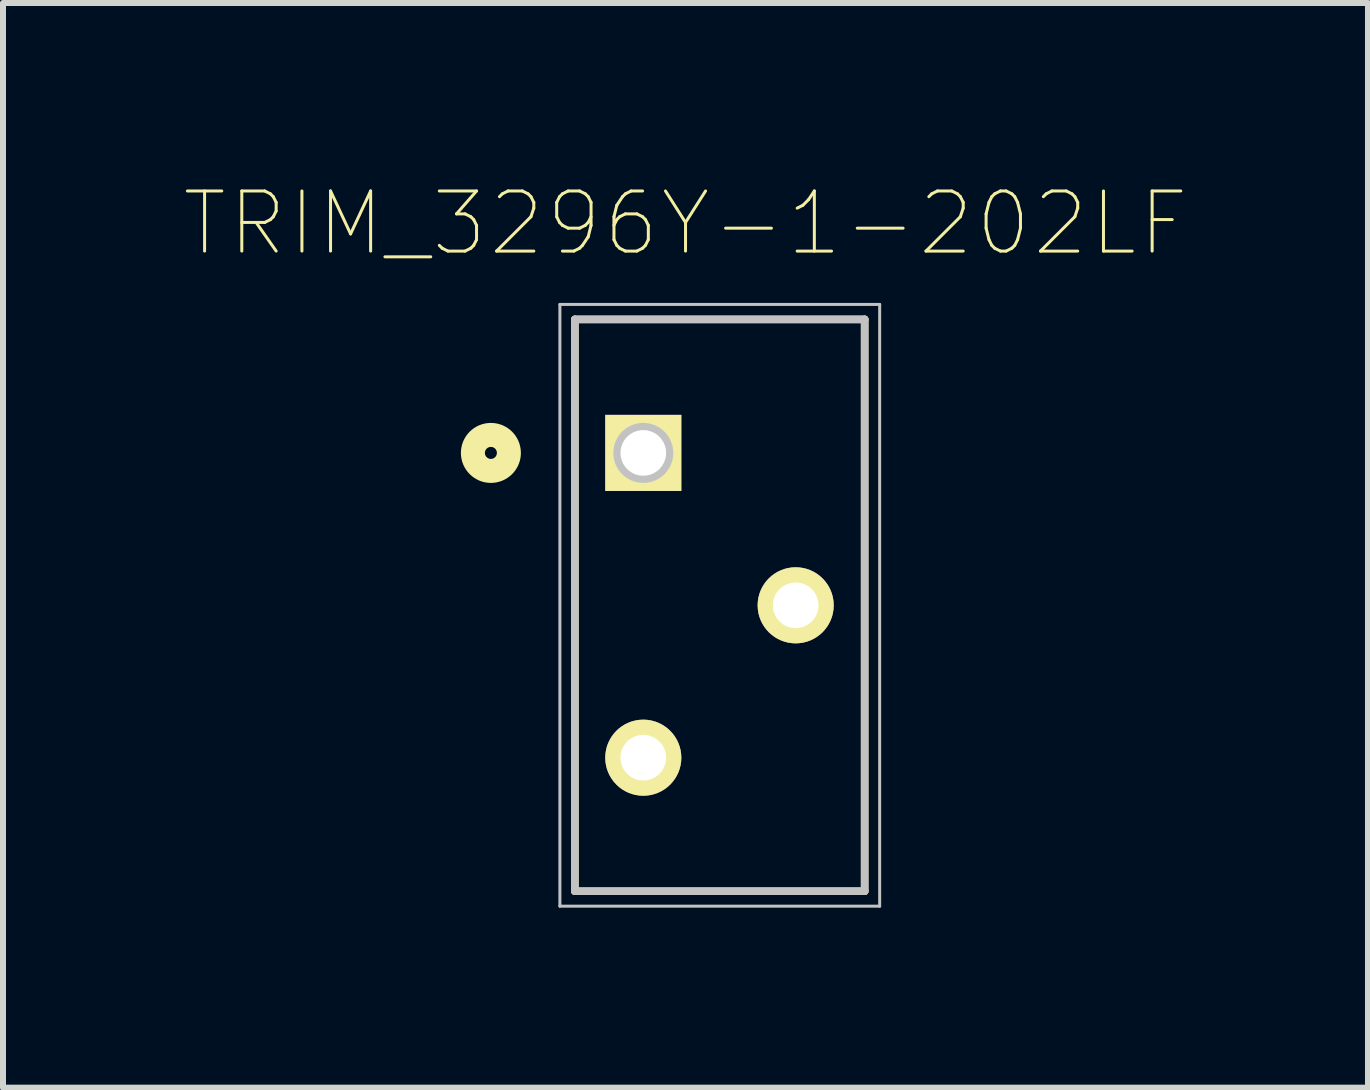
<source format=kicad_pcb>
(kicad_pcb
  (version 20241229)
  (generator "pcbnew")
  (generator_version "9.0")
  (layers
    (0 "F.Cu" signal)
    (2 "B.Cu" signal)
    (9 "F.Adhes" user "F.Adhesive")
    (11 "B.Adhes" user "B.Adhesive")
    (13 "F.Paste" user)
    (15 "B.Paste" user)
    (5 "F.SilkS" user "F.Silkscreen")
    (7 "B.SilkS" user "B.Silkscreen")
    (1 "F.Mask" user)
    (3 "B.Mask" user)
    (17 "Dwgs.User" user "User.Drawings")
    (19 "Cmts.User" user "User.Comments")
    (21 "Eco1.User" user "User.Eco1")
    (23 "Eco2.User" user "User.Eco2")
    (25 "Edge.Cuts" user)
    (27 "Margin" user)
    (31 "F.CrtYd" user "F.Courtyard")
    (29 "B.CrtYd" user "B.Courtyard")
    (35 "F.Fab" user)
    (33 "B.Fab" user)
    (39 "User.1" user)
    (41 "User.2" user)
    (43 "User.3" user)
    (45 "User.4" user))
  (footprint "TRIM_3296Y-1-202LF"
    (layer "F.Cu")
    (at 8.942 7.039)
    (property "Reference" "TRIM_3296Y-1-202LF" (at -0.566 -6.365 0) (layer "F.SilkS") (effects (font (size 1.002 1.002) (thickness 0.05))))
    (attr through_hole)
    (fp_line (start -2.41 -4.765) (end -2.41 4.765) (stroke (width 0.127) (type solid)) (layer "F.SilkS"))
    (fp_line (start -2.41 4.765) (end 2.42 4.765) (stroke (width 0.127) (type solid)) (layer "F.SilkS"))
    (fp_line (start 2.42 -4.765) (end -2.41 -4.765) (stroke (width 0.127) (type solid)) (layer "F.SilkS"))
    (fp_line (start 2.42 4.765) (end 2.42 -4.765) (stroke (width 0.127) (type solid)) (layer "F.SilkS"))
    (fp_circle (center -3.81 -2.54) (end -3.71 -2.54) (stroke (width 0.4) (type solid)) (fill no) (layer "F.SilkS"))
    (fp_line (start -2.66 -5.015) (end 2.67 -5.015) (stroke (width 0.05) (type solid)) (layer "Dwgs.User"))
    (fp_line (start -2.66 5.015) (end -2.66 -5.015) (stroke (width 0.05) (type solid)) (layer "Dwgs.User"))
    (fp_line (start -2.41 -4.765) (end -2.41 4.765) (stroke (width 0.127) (type solid)) (layer "Dwgs.User"))
    (fp_line (start -2.41 4.765) (end 2.42 4.765) (stroke (width 0.127) (type solid)) (layer "Dwgs.User"))
    (fp_line (start 2.42 -4.765) (end -2.41 -4.765) (stroke (width 0.127) (type solid)) (layer "Dwgs.User"))
    (fp_line (start 2.42 4.765) (end 2.42 -4.765) (stroke (width 0.127) (type solid)) (layer "Dwgs.User"))
    (fp_line (start 2.67 -5.015) (end 2.67 5.015) (stroke (width 0.05) (type solid)) (layer "Dwgs.User"))
    (fp_line (start 2.67 5.015) (end -2.66 5.015) (stroke (width 0.05) (type solid)) (layer "Dwgs.User"))
    (fp_circle (center -1.27 -2.54) (end -1.17 -2.54) (stroke (width 0.4) (type solid)) (fill no) (layer "Dwgs.User"))
    (pad "1" thru_hole rect (at -1.27 -2.54 270) (size 1.268 1.268) (drill 0.76) (layers "*.Cu" "*.Mask" "F.SilkS"))
    (pad "2" thru_hole circle (at 1.27 0 270) (size 1.268 1.268) (drill 0.76) (layers "*.Cu" "*.Mask" "F.SilkS"))
    (pad "3" thru_hole circle (at -1.27 2.54 270) (size 1.268 1.268) (drill 0.76) (layers "*.Cu" "*.Mask" "F.SilkS")))
  (gr_rect
    (start -3 -3)
    (end 19.751 15.079)
    (stroke (width 0.1) (type default))
    (fill no)
    (layer "Edge.Cuts")))
</source>
